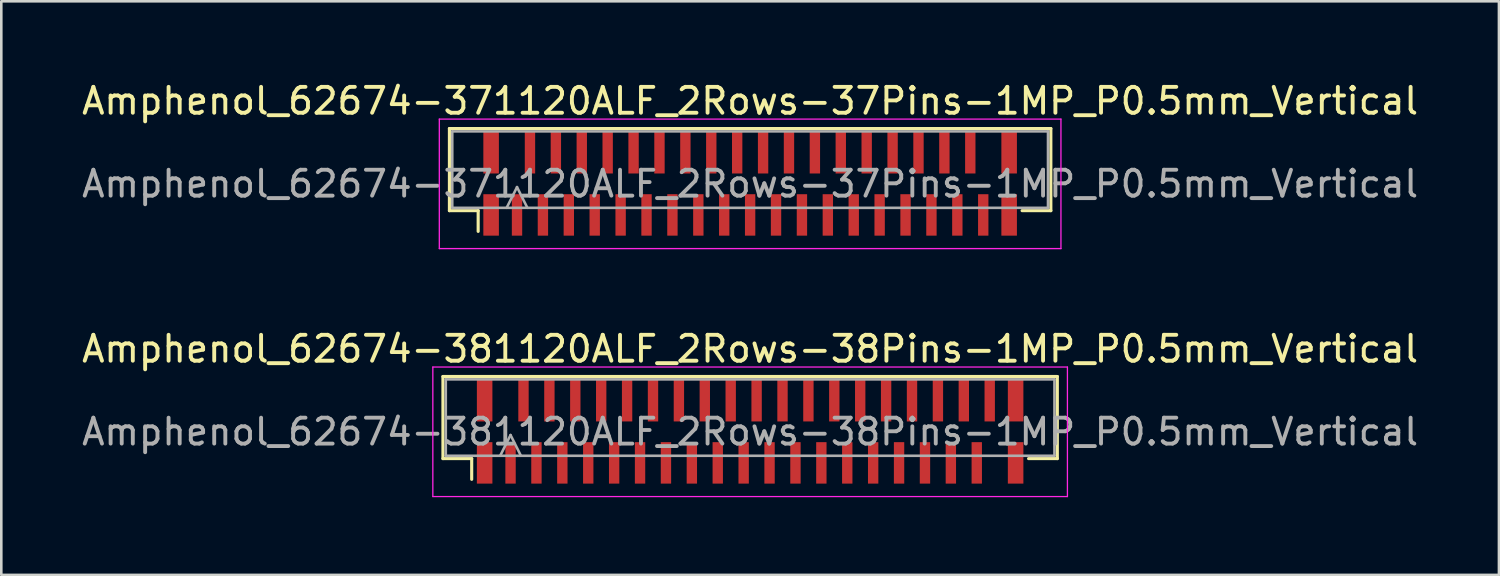
<source format=kicad_pcb>
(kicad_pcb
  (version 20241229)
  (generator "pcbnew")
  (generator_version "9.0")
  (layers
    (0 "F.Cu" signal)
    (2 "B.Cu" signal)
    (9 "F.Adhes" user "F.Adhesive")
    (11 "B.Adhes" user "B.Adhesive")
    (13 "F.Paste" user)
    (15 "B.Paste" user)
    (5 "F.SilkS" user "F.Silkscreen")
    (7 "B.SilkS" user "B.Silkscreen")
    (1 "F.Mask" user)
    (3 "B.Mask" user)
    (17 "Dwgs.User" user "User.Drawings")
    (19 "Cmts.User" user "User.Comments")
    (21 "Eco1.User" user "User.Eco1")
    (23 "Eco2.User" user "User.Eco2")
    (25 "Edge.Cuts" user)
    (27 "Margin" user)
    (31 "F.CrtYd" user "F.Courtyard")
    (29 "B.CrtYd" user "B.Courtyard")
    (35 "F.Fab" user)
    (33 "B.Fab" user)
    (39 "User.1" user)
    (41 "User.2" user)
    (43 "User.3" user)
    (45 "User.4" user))
  (footprint "Amphenol_62674-381120ALF_2Rows-38Pins-1MP_P0.5mm_Vertical"
    (layer "F.Cu")
    (at 25.911 13.621)
    (property "Reference" "Amphenol_62674-381120ALF_2Rows-38Pins-1MP_P0.5mm_Vertical" (at 0 -3.2 0) (layer "F.SilkS") (effects (font (size 1 1) (thickness 0.15))))
    (attr smd)
    (fp_line (start -11.86 -2.135) (end -11.86 1.035) (stroke (width 0.12) (type solid)) (layer "F.SilkS"))
    (fp_line (start -11.86 1.035) (end -10.75 1.035) (stroke (width 0.12) (type solid)) (layer "F.SilkS"))
    (fp_line (start -10.75 1.035) (end -10.75 1.835) (stroke (width 0.12) (type solid)) (layer "F.SilkS"))
    (fp_line (start 10.75 1.035) (end 11.86 1.035) (stroke (width 0.12) (type solid)) (layer "F.SilkS"))
    (fp_line (start 11.86 -2.135) (end -11.86 -2.135) (stroke (width 0.12) (type solid)) (layer "F.SilkS"))
    (fp_line (start 11.86 1.035) (end 11.86 -2.135) (stroke (width 0.12) (type solid)) (layer "F.SilkS"))
    (fp_line (start -12.25 -2.5) (end 12.25 -2.5) (stroke (width 0.05) (type solid)) (layer "F.CrtYd"))
    (fp_line (start -12.25 2.5) (end -12.25 -2.5) (stroke (width 0.05) (type solid)) (layer "F.CrtYd"))
    (fp_line (start 12.25 -2.5) (end 12.25 2.5) (stroke (width 0.05) (type solid)) (layer "F.CrtYd"))
    (fp_line (start 12.25 2.5) (end -12.25 2.5) (stroke (width 0.05) (type solid)) (layer "F.CrtYd"))
    (fp_line (start -11.75 -2.025) (end -11.75 0.925) (stroke (width 0.1) (type solid)) (layer "F.Fab"))
    (fp_line (start -11.75 0.925) (end 11.75 0.925) (stroke (width 0.1) (type solid)) (layer "F.Fab"))
    (fp_line (start -9.65 0.925) (end -9.25 0.125) (stroke (width 0.1) (type solid)) (layer "F.Fab"))
    (fp_line (start -9.25 0.125) (end -8.85 0.925) (stroke (width 0.1) (type solid)) (layer "F.Fab"))
    (fp_line (start 11.75 -2.025) (end -11.75 -2.025) (stroke (width 0.1) (type solid)) (layer "F.Fab"))
    (fp_line (start 11.75 0.925) (end 11.75 -2.025) (stroke (width 0.1) (type solid)) (layer "F.Fab"))
    (fp_text user "${REFERENCE}" (at 0 0 0) (layer "F.Fab") (effects (font (size 1 1) (thickness 0.15))))
    (pad "1" smd rect (at -9.25 1.2) (size 0.4 1.6) (layers "F.Cu" "F.Mask" "F.Paste"))
    (pad "2" smd rect (at -8.75 -1.2) (size 0.4 1.6) (layers "F.Cu" "F.Mask" "F.Paste"))
    (pad "3" smd rect (at -8.25 1.2) (size 0.4 1.6) (layers "F.Cu" "F.Mask" "F.Paste"))
    (pad "4" smd rect (at -7.75 -1.2) (size 0.4 1.6) (layers "F.Cu" "F.Mask" "F.Paste"))
    (pad "5" smd rect (at -7.25 1.2) (size 0.4 1.6) (layers "F.Cu" "F.Mask" "F.Paste"))
    (pad "6" smd rect (at -6.75 -1.2) (size 0.4 1.6) (layers "F.Cu" "F.Mask" "F.Paste"))
    (pad "7" smd rect (at -6.25 1.2) (size 0.4 1.6) (layers "F.Cu" "F.Mask" "F.Paste"))
    (pad "8" smd rect (at -5.75 -1.2) (size 0.4 1.6) (layers "F.Cu" "F.Mask" "F.Paste"))
    (pad "9" smd rect (at -5.25 1.2) (size 0.4 1.6) (layers "F.Cu" "F.Mask" "F.Paste"))
    (pad "10" smd rect (at -4.75 -1.2) (size 0.4 1.6) (layers "F.Cu" "F.Mask" "F.Paste"))
    (pad "11" smd rect (at -4.25 1.2) (size 0.4 1.6) (layers "F.Cu" "F.Mask" "F.Paste"))
    (pad "12" smd rect (at -3.75 -1.2) (size 0.4 1.6) (layers "F.Cu" "F.Mask" "F.Paste"))
    (pad "13" smd rect (at -3.25 1.2) (size 0.4 1.6) (layers "F.Cu" "F.Mask" "F.Paste"))
    (pad "14" smd rect (at -2.75 -1.2) (size 0.4 1.6) (layers "F.Cu" "F.Mask" "F.Paste"))
    (pad "15" smd rect (at -2.25 1.2) (size 0.4 1.6) (layers "F.Cu" "F.Mask" "F.Paste"))
    (pad "16" smd rect (at -1.75 -1.2) (size 0.4 1.6) (layers "F.Cu" "F.Mask" "F.Paste"))
    (pad "17" smd rect (at -1.25 1.2) (size 0.4 1.6) (layers "F.Cu" "F.Mask" "F.Paste"))
    (pad "18" smd rect (at -0.75 -1.2) (size 0.4 1.6) (layers "F.Cu" "F.Mask" "F.Paste"))
    (pad "19" smd rect (at -0.25 1.2) (size 0.4 1.6) (layers "F.Cu" "F.Mask" "F.Paste"))
    (pad "20" smd rect (at 0.25 -1.2) (size 0.4 1.6) (layers "F.Cu" "F.Mask" "F.Paste"))
    (pad "21" smd rect (at 0.75 1.2) (size 0.4 1.6) (layers "F.Cu" "F.Mask" "F.Paste"))
    (pad "22" smd rect (at 1.25 -1.2) (size 0.4 1.6) (layers "F.Cu" "F.Mask" "F.Paste"))
    (pad "23" smd rect (at 1.75 1.2) (size 0.4 1.6) (layers "F.Cu" "F.Mask" "F.Paste"))
    (pad "24" smd rect (at 2.25 -1.2) (size 0.4 1.6) (layers "F.Cu" "F.Mask" "F.Paste"))
    (pad "25" smd rect (at 2.75 1.2) (size 0.4 1.6) (layers "F.Cu" "F.Mask" "F.Paste"))
    (pad "26" smd rect (at 3.25 -1.2) (size 0.4 1.6) (layers "F.Cu" "F.Mask" "F.Paste"))
    (pad "27" smd rect (at 3.75 1.2) (size 0.4 1.6) (layers "F.Cu" "F.Mask" "F.Paste"))
    (pad "28" smd rect (at 4.25 -1.2) (size 0.4 1.6) (layers "F.Cu" "F.Mask" "F.Paste"))
    (pad "29" smd rect (at 4.75 1.2) (size 0.4 1.6) (layers "F.Cu" "F.Mask" "F.Paste"))
    (pad "30" smd rect (at 5.25 -1.2) (size 0.4 1.6) (layers "F.Cu" "F.Mask" "F.Paste"))
    (pad "31" smd rect (at 5.75 1.2) (size 0.4 1.6) (layers "F.Cu" "F.Mask" "F.Paste"))
    (pad "32" smd rect (at 6.25 -1.2) (size 0.4 1.6) (layers "F.Cu" "F.Mask" "F.Paste"))
    (pad "33" smd rect (at 6.75 1.2) (size 0.4 1.6) (layers "F.Cu" "F.Mask" "F.Paste"))
    (pad "34" smd rect (at 7.25 -1.2) (size 0.4 1.6) (layers "F.Cu" "F.Mask" "F.Paste"))
    (pad "35" smd rect (at 7.75 1.2) (size 0.4 1.6) (layers "F.Cu" "F.Mask" "F.Paste"))
    (pad "36" smd rect (at 8.25 -1.2) (size 0.4 1.6) (layers "F.Cu" "F.Mask" "F.Paste"))
    (pad "37" smd rect (at 8.75 1.2) (size 0.4 1.6) (layers "F.Cu" "F.Mask" "F.Paste"))
    (pad "38" smd rect (at 9.25 -1.2) (size 0.4 1.6) (layers "F.Cu" "F.Mask" "F.Paste"))
    (pad "MP" smd rect (at -10.25 -1.2) (size 0.6 1.6) (layers "F.Cu" "F.Mask" "F.Paste"))
    (pad "MP" smd rect (at -10.25 1.2) (size 0.6 1.6) (layers "F.Cu" "F.Mask" "F.Paste"))
    (pad "MP" smd rect (at 10.25 -1.2) (size 0.6 1.6) (layers "F.Cu" "F.Mask" "F.Paste"))
    (pad "MP" smd rect (at 10.25 1.2) (size 0.6 1.6) (layers "F.Cu" "F.Mask" "F.Paste")))
  (footprint "Amphenol_62674-371120ALF_2Rows-37Pins-1MP_P0.5mm_Vertical"
    (layer "F.Cu")
    (at 25.911 4.048)
    (property "Reference" "Amphenol_62674-371120ALF_2Rows-37Pins-1MP_P0.5mm_Vertical" (at 0 -3.2 0) (layer "F.SilkS") (effects (font (size 1 1) (thickness 0.15))))
    (attr smd)
    (fp_line (start -11.61 -2.135) (end -11.61 1.035) (stroke (width 0.12) (type solid)) (layer "F.SilkS"))
    (fp_line (start -11.61 1.035) (end -10.5 1.035) (stroke (width 0.12) (type solid)) (layer "F.SilkS"))
    (fp_line (start -10.5 1.035) (end -10.5 1.835) (stroke (width 0.12) (type solid)) (layer "F.SilkS"))
    (fp_line (start 10.5 1.035) (end 11.61 1.035) (stroke (width 0.12) (type solid)) (layer "F.SilkS"))
    (fp_line (start 11.61 -2.135) (end -11.61 -2.135) (stroke (width 0.12) (type solid)) (layer "F.SilkS"))
    (fp_line (start 11.61 1.035) (end 11.61 -2.135) (stroke (width 0.12) (type solid)) (layer "F.SilkS"))
    (fp_line (start -12 -2.5) (end 12 -2.5) (stroke (width 0.05) (type solid)) (layer "F.CrtYd"))
    (fp_line (start -12 2.5) (end -12 -2.5) (stroke (width 0.05) (type solid)) (layer "F.CrtYd"))
    (fp_line (start 12 -2.5) (end 12 2.5) (stroke (width 0.05) (type solid)) (layer "F.CrtYd"))
    (fp_line (start 12 2.5) (end -12 2.5) (stroke (width 0.05) (type solid)) (layer "F.CrtYd"))
    (fp_line (start -11.5 -2.025) (end -11.5 0.925) (stroke (width 0.1) (type solid)) (layer "F.Fab"))
    (fp_line (start -11.5 0.925) (end 11.5 0.925) (stroke (width 0.1) (type solid)) (layer "F.Fab"))
    (fp_line (start -9.4 0.925) (end -9 0.125) (stroke (width 0.1) (type solid)) (layer "F.Fab"))
    (fp_line (start -9 0.125) (end -8.6 0.925) (stroke (width 0.1) (type solid)) (layer "F.Fab"))
    (fp_line (start 11.5 -2.025) (end -11.5 -2.025) (stroke (width 0.1) (type solid)) (layer "F.Fab"))
    (fp_line (start 11.5 0.925) (end 11.5 -2.025) (stroke (width 0.1) (type solid)) (layer "F.Fab"))
    (fp_text user "${REFERENCE}" (at 0 0 0) (layer "F.Fab") (effects (font (size 1 1) (thickness 0.15))))
    (pad "1" smd rect (at -9 1.2) (size 0.4 1.6) (layers "F.Cu" "F.Mask" "F.Paste"))
    (pad "2" smd rect (at -8.5 -1.2) (size 0.4 1.6) (layers "F.Cu" "F.Mask" "F.Paste"))
    (pad "3" smd rect (at -8 1.2) (size 0.4 1.6) (layers "F.Cu" "F.Mask" "F.Paste"))
    (pad "4" smd rect (at -7.5 -1.2) (size 0.4 1.6) (layers "F.Cu" "F.Mask" "F.Paste"))
    (pad "5" smd rect (at -7 1.2) (size 0.4 1.6) (layers "F.Cu" "F.Mask" "F.Paste"))
    (pad "6" smd rect (at -6.5 -1.2) (size 0.4 1.6) (layers "F.Cu" "F.Mask" "F.Paste"))
    (pad "7" smd rect (at -6 1.2) (size 0.4 1.6) (layers "F.Cu" "F.Mask" "F.Paste"))
    (pad "8" smd rect (at -5.5 -1.2) (size 0.4 1.6) (layers "F.Cu" "F.Mask" "F.Paste"))
    (pad "9" smd rect (at -5 1.2) (size 0.4 1.6) (layers "F.Cu" "F.Mask" "F.Paste"))
    (pad "10" smd rect (at -4.5 -1.2) (size 0.4 1.6) (layers "F.Cu" "F.Mask" "F.Paste"))
    (pad "11" smd rect (at -4 1.2) (size 0.4 1.6) (layers "F.Cu" "F.Mask" "F.Paste"))
    (pad "12" smd rect (at -3.5 -1.2) (size 0.4 1.6) (layers "F.Cu" "F.Mask" "F.Paste"))
    (pad "13" smd rect (at -3 1.2) (size 0.4 1.6) (layers "F.Cu" "F.Mask" "F.Paste"))
    (pad "14" smd rect (at -2.5 -1.2) (size 0.4 1.6) (layers "F.Cu" "F.Mask" "F.Paste"))
    (pad "15" smd rect (at -2 1.2) (size 0.4 1.6) (layers "F.Cu" "F.Mask" "F.Paste"))
    (pad "16" smd rect (at -1.5 -1.2) (size 0.4 1.6) (layers "F.Cu" "F.Mask" "F.Paste"))
    (pad "17" smd rect (at -1 1.2) (size 0.4 1.6) (layers "F.Cu" "F.Mask" "F.Paste"))
    (pad "18" smd rect (at -0.5 -1.2) (size 0.4 1.6) (layers "F.Cu" "F.Mask" "F.Paste"))
    (pad "19" smd rect (at 0 1.2) (size 0.4 1.6) (layers "F.Cu" "F.Mask" "F.Paste"))
    (pad "20" smd rect (at 0.5 -1.2) (size 0.4 1.6) (layers "F.Cu" "F.Mask" "F.Paste"))
    (pad "21" smd rect (at 1 1.2) (size 0.4 1.6) (layers "F.Cu" "F.Mask" "F.Paste"))
    (pad "22" smd rect (at 1.5 -1.2) (size 0.4 1.6) (layers "F.Cu" "F.Mask" "F.Paste"))
    (pad "23" smd rect (at 2 1.2) (size 0.4 1.6) (layers "F.Cu" "F.Mask" "F.Paste"))
    (pad "24" smd rect (at 2.5 -1.2) (size 0.4 1.6) (layers "F.Cu" "F.Mask" "F.Paste"))
    (pad "25" smd rect (at 3 1.2) (size 0.4 1.6) (layers "F.Cu" "F.Mask" "F.Paste"))
    (pad "26" smd rect (at 3.5 -1.2) (size 0.4 1.6) (layers "F.Cu" "F.Mask" "F.Paste"))
    (pad "27" smd rect (at 4 1.2) (size 0.4 1.6) (layers "F.Cu" "F.Mask" "F.Paste"))
    (pad "28" smd rect (at 4.5 -1.2) (size 0.4 1.6) (layers "F.Cu" "F.Mask" "F.Paste"))
    (pad "29" smd rect (at 5 1.2) (size 0.4 1.6) (layers "F.Cu" "F.Mask" "F.Paste"))
    (pad "30" smd rect (at 5.5 -1.2) (size 0.4 1.6) (layers "F.Cu" "F.Mask" "F.Paste"))
    (pad "31" smd rect (at 6 1.2) (size 0.4 1.6) (layers "F.Cu" "F.Mask" "F.Paste"))
    (pad "32" smd rect (at 6.5 -1.2) (size 0.4 1.6) (layers "F.Cu" "F.Mask" "F.Paste"))
    (pad "33" smd rect (at 7 1.2) (size 0.4 1.6) (layers "F.Cu" "F.Mask" "F.Paste"))
    (pad "34" smd rect (at 7.5 -1.2) (size 0.4 1.6) (layers "F.Cu" "F.Mask" "F.Paste"))
    (pad "35" smd rect (at 8 1.2) (size 0.4 1.6) (layers "F.Cu" "F.Mask" "F.Paste"))
    (pad "36" smd rect (at 8.5 -1.2) (size 0.4 1.6) (layers "F.Cu" "F.Mask" "F.Paste"))
    (pad "37" smd rect (at 9 1.2) (size 0.4 1.6) (layers "F.Cu" "F.Mask" "F.Paste"))
    (pad "MP" smd rect (at -10 -1.2) (size 0.6 1.6) (layers "F.Cu" "F.Mask" "F.Paste"))
    (pad "MP" smd rect (at -10 1.2) (size 0.6 1.6) (layers "F.Cu" "F.Mask" "F.Paste"))
    (pad "MP" smd rect (at 10 -1.2) (size 0.6 1.6) (layers "F.Cu" "F.Mask" "F.Paste"))
    (pad "MP" smd rect (at 10 1.2) (size 0.6 1.6) (layers "F.Cu" "F.Mask" "F.Paste")))
  (gr_rect
    (start -3 -3)
    (end 54.821 19.146)
    (stroke (width 0.1) (type default))
    (fill no)
    (layer "Edge.Cuts")))
</source>
